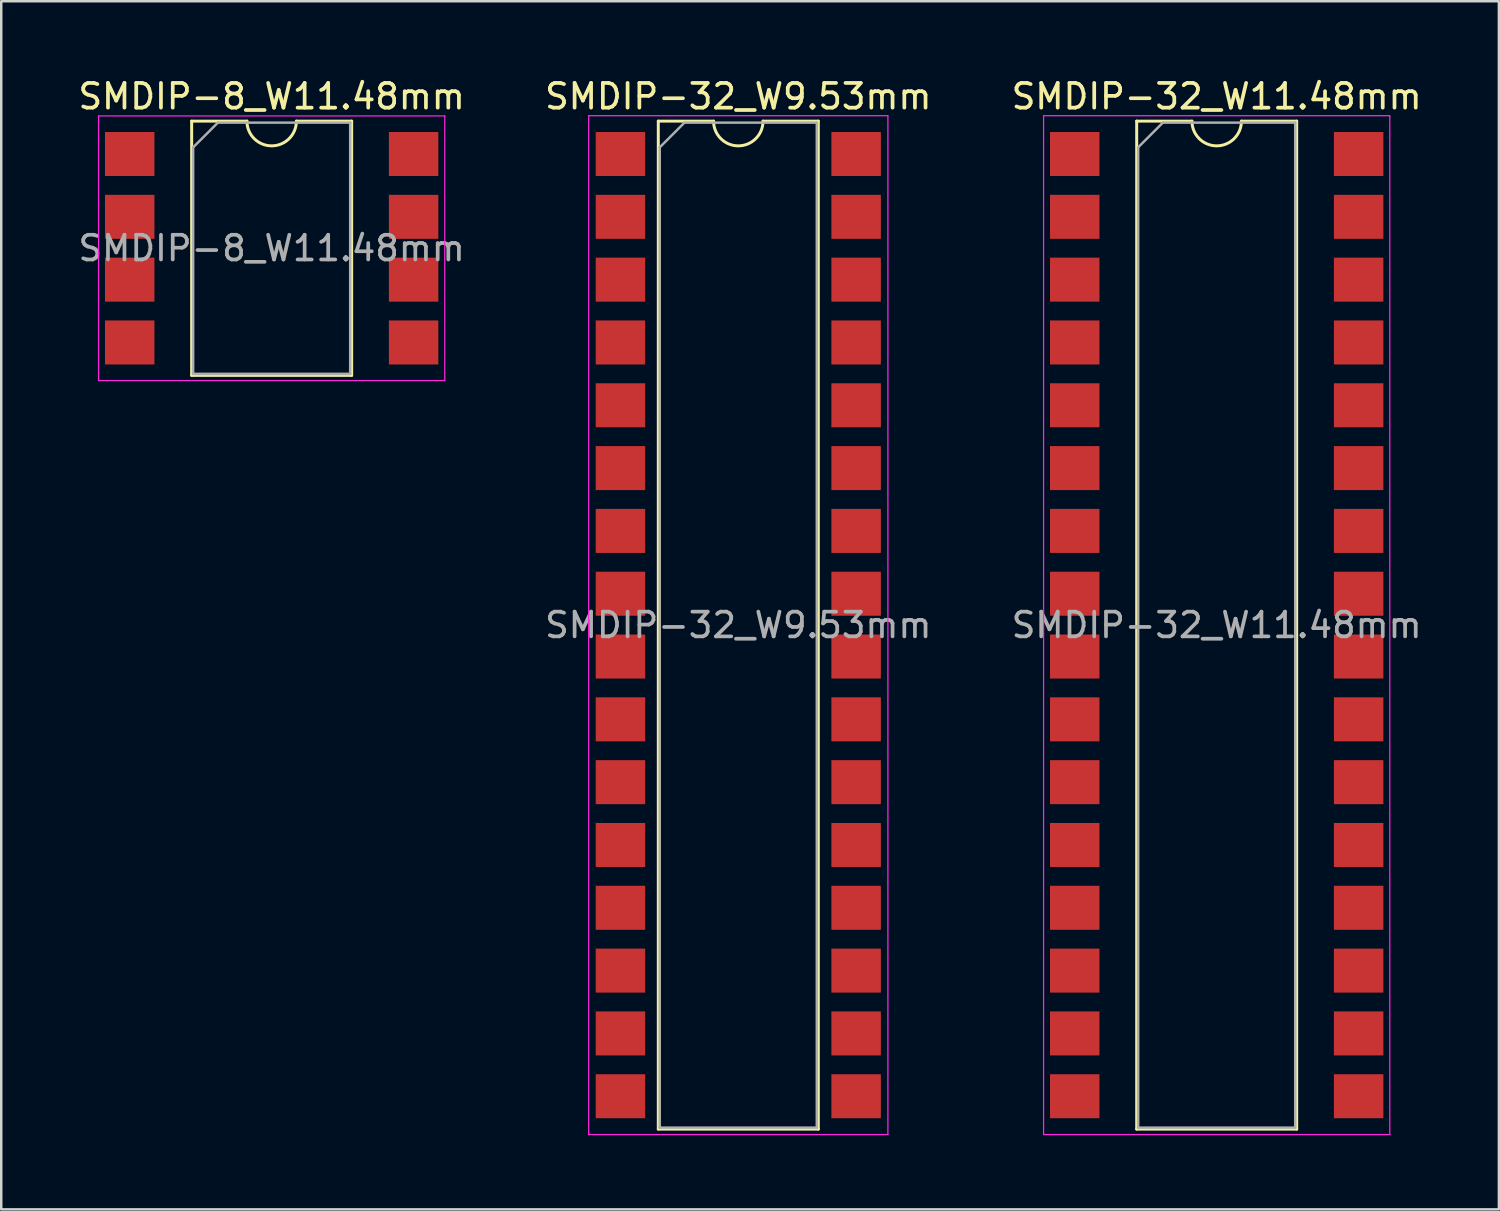
<source format=kicad_pcb>
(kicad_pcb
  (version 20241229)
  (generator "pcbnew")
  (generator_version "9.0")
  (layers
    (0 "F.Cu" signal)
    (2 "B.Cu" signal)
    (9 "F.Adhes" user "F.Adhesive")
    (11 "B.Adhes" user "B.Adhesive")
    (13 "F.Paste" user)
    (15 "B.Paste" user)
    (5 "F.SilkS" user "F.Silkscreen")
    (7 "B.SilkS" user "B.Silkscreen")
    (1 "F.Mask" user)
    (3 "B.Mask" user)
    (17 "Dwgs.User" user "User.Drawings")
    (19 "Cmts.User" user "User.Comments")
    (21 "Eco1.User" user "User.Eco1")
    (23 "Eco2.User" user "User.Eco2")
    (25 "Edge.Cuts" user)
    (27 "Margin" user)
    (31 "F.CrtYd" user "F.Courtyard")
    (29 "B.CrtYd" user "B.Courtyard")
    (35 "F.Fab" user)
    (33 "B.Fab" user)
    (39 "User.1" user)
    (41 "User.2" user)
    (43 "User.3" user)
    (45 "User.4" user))
  (footprint "SMDIP-32_W11.48mm"
    (layer "F.Cu")
    (at 46.149 22.228)
    (property "Reference" "SMDIP-32_W11.48mm" (at 0 -21.38 0) (layer "F.SilkS") (effects (font (size 1 1) (thickness 0.15))))
    (attr smd)
    (fp_line (start -3.235 -20.38) (end -3.235 20.38) (stroke (width 0.12) (type solid)) (layer "F.SilkS"))
    (fp_line (start -3.235 20.38) (end 3.235 20.38) (stroke (width 0.12) (type solid)) (layer "F.SilkS"))
    (fp_line (start -1 -20.38) (end -3.235 -20.38) (stroke (width 0.12) (type solid)) (layer "F.SilkS"))
    (fp_line (start 3.235 -20.38) (end 1 -20.38) (stroke (width 0.12) (type solid)) (layer "F.SilkS"))
    (fp_line (start 3.235 20.38) (end 3.235 -20.38) (stroke (width 0.12) (type solid)) (layer "F.SilkS"))
    (fp_arc (start 1 -20.38) (mid 0 -19.38) (end -1 -20.38) (stroke (width 0.12) (type solid)) (layer "F.SilkS"))
    (fp_line (start -7 -20.6) (end -7 20.6) (stroke (width 0.05) (type solid)) (layer "F.CrtYd"))
    (fp_line (start -7 20.6) (end 7 20.6) (stroke (width 0.05) (type solid)) (layer "F.CrtYd"))
    (fp_line (start 7 -20.6) (end -7 -20.6) (stroke (width 0.05) (type solid)) (layer "F.CrtYd"))
    (fp_line (start 7 20.6) (end 7 -20.6) (stroke (width 0.05) (type solid)) (layer "F.CrtYd"))
    (fp_line (start -3.175 -19.32) (end -2.175 -20.32) (stroke (width 0.1) (type solid)) (layer "F.Fab"))
    (fp_line (start -3.175 20.32) (end -3.175 -19.32) (stroke (width 0.1) (type solid)) (layer "F.Fab"))
    (fp_line (start -2.175 -20.32) (end 3.175 -20.32) (stroke (width 0.1) (type solid)) (layer "F.Fab"))
    (fp_line (start 3.175 -20.32) (end 3.175 20.32) (stroke (width 0.1) (type solid)) (layer "F.Fab"))
    (fp_line (start 3.175 20.32) (end -3.175 20.32) (stroke (width 0.1) (type solid)) (layer "F.Fab"))
    (fp_text user "${REFERENCE}" (at 0 0 0) (layer "F.Fab") (effects (font (size 1 1) (thickness 0.15))))
    (pad "1" smd rect (at -5.74 -19.05) (size 2 1.78) (layers "F.Cu" "F.Mask" "F.Paste"))
    (pad "2" smd rect (at -5.74 -16.51) (size 2 1.78) (layers "F.Cu" "F.Mask" "F.Paste"))
    (pad "3" smd rect (at -5.74 -13.97) (size 2 1.78) (layers "F.Cu" "F.Mask" "F.Paste"))
    (pad "4" smd rect (at -5.74 -11.43) (size 2 1.78) (layers "F.Cu" "F.Mask" "F.Paste"))
    (pad "5" smd rect (at -5.74 -8.89) (size 2 1.78) (layers "F.Cu" "F.Mask" "F.Paste"))
    (pad "6" smd rect (at -5.74 -6.35) (size 2 1.78) (layers "F.Cu" "F.Mask" "F.Paste"))
    (pad "7" smd rect (at -5.74 -3.81) (size 2 1.78) (layers "F.Cu" "F.Mask" "F.Paste"))
    (pad "8" smd rect (at -5.74 -1.27) (size 2 1.78) (layers "F.Cu" "F.Mask" "F.Paste"))
    (pad "9" smd rect (at -5.74 1.27) (size 2 1.78) (layers "F.Cu" "F.Mask" "F.Paste"))
    (pad "10" smd rect (at -5.74 3.81) (size 2 1.78) (layers "F.Cu" "F.Mask" "F.Paste"))
    (pad "11" smd rect (at -5.74 6.35) (size 2 1.78) (layers "F.Cu" "F.Mask" "F.Paste"))
    (pad "12" smd rect (at -5.74 8.89) (size 2 1.78) (layers "F.Cu" "F.Mask" "F.Paste"))
    (pad "13" smd rect (at -5.74 11.43) (size 2 1.78) (layers "F.Cu" "F.Mask" "F.Paste"))
    (pad "14" smd rect (at -5.74 13.97) (size 2 1.78) (layers "F.Cu" "F.Mask" "F.Paste"))
    (pad "15" smd rect (at -5.74 16.51) (size 2 1.78) (layers "F.Cu" "F.Mask" "F.Paste"))
    (pad "16" smd rect (at -5.74 19.05) (size 2 1.78) (layers "F.Cu" "F.Mask" "F.Paste"))
    (pad "17" smd rect (at 5.74 19.05) (size 2 1.78) (layers "F.Cu" "F.Mask" "F.Paste"))
    (pad "18" smd rect (at 5.74 16.51) (size 2 1.78) (layers "F.Cu" "F.Mask" "F.Paste"))
    (pad "19" smd rect (at 5.74 13.97) (size 2 1.78) (layers "F.Cu" "F.Mask" "F.Paste"))
    (pad "20" smd rect (at 5.74 11.43) (size 2 1.78) (layers "F.Cu" "F.Mask" "F.Paste"))
    (pad "21" smd rect (at 5.74 8.89) (size 2 1.78) (layers "F.Cu" "F.Mask" "F.Paste"))
    (pad "22" smd rect (at 5.74 6.35) (size 2 1.78) (layers "F.Cu" "F.Mask" "F.Paste"))
    (pad "23" smd rect (at 5.74 3.81) (size 2 1.78) (layers "F.Cu" "F.Mask" "F.Paste"))
    (pad "24" smd rect (at 5.74 1.27) (size 2 1.78) (layers "F.Cu" "F.Mask" "F.Paste"))
    (pad "25" smd rect (at 5.74 -1.27) (size 2 1.78) (layers "F.Cu" "F.Mask" "F.Paste"))
    (pad "26" smd rect (at 5.74 -3.81) (size 2 1.78) (layers "F.Cu" "F.Mask" "F.Paste"))
    (pad "27" smd rect (at 5.74 -6.35) (size 2 1.78) (layers "F.Cu" "F.Mask" "F.Paste"))
    (pad "28" smd rect (at 5.74 -8.89) (size 2 1.78) (layers "F.Cu" "F.Mask" "F.Paste"))
    (pad "29" smd rect (at 5.74 -11.43) (size 2 1.78) (layers "F.Cu" "F.Mask" "F.Paste"))
    (pad "30" smd rect (at 5.74 -13.97) (size 2 1.78) (layers "F.Cu" "F.Mask" "F.Paste"))
    (pad "31" smd rect (at 5.74 -16.51) (size 2 1.78) (layers "F.Cu" "F.Mask" "F.Paste"))
    (pad "32" smd rect (at 5.74 -19.05) (size 2 1.78) (layers "F.Cu" "F.Mask" "F.Paste")))
  (footprint "SMDIP-32_W9.53mm"
    (layer "F.Cu")
    (at 26.804 22.228)
    (property "Reference" "SMDIP-32_W9.53mm" (at 0 -21.38 0) (layer "F.SilkS") (effects (font (size 1 1) (thickness 0.15))))
    (attr smd)
    (fp_line (start -3.235 -20.38) (end -3.235 20.38) (stroke (width 0.12) (type solid)) (layer "F.SilkS"))
    (fp_line (start -3.235 20.38) (end 3.235 20.38) (stroke (width 0.12) (type solid)) (layer "F.SilkS"))
    (fp_line (start -1 -20.38) (end -3.235 -20.38) (stroke (width 0.12) (type solid)) (layer "F.SilkS"))
    (fp_line (start 3.235 -20.38) (end 1 -20.38) (stroke (width 0.12) (type solid)) (layer "F.SilkS"))
    (fp_line (start 3.235 20.38) (end 3.235 -20.38) (stroke (width 0.12) (type solid)) (layer "F.SilkS"))
    (fp_arc (start 1 -20.38) (mid 0 -19.38) (end -1 -20.38) (stroke (width 0.12) (type solid)) (layer "F.SilkS"))
    (fp_line (start -6.05 -20.6) (end -6.05 20.6) (stroke (width 0.05) (type solid)) (layer "F.CrtYd"))
    (fp_line (start -6.05 20.6) (end 6.05 20.6) (stroke (width 0.05) (type solid)) (layer "F.CrtYd"))
    (fp_line (start 6.05 -20.6) (end -6.05 -20.6) (stroke (width 0.05) (type solid)) (layer "F.CrtYd"))
    (fp_line (start 6.05 20.6) (end 6.05 -20.6) (stroke (width 0.05) (type solid)) (layer "F.CrtYd"))
    (fp_line (start -3.175 -19.32) (end -2.175 -20.32) (stroke (width 0.1) (type solid)) (layer "F.Fab"))
    (fp_line (start -3.175 20.32) (end -3.175 -19.32) (stroke (width 0.1) (type solid)) (layer "F.Fab"))
    (fp_line (start -2.175 -20.32) (end 3.175 -20.32) (stroke (width 0.1) (type solid)) (layer "F.Fab"))
    (fp_line (start 3.175 -20.32) (end 3.175 20.32) (stroke (width 0.1) (type solid)) (layer "F.Fab"))
    (fp_line (start 3.175 20.32) (end -3.175 20.32) (stroke (width 0.1) (type solid)) (layer "F.Fab"))
    (fp_text user "${REFERENCE}" (at 0 0 0) (layer "F.Fab") (effects (font (size 1 1) (thickness 0.15))))
    (pad "1" smd rect (at -4.765 -19.05) (size 2 1.78) (layers "F.Cu" "F.Mask" "F.Paste"))
    (pad "2" smd rect (at -4.765 -16.51) (size 2 1.78) (layers "F.Cu" "F.Mask" "F.Paste"))
    (pad "3" smd rect (at -4.765 -13.97) (size 2 1.78) (layers "F.Cu" "F.Mask" "F.Paste"))
    (pad "4" smd rect (at -4.765 -11.43) (size 2 1.78) (layers "F.Cu" "F.Mask" "F.Paste"))
    (pad "5" smd rect (at -4.765 -8.89) (size 2 1.78) (layers "F.Cu" "F.Mask" "F.Paste"))
    (pad "6" smd rect (at -4.765 -6.35) (size 2 1.78) (layers "F.Cu" "F.Mask" "F.Paste"))
    (pad "7" smd rect (at -4.765 -3.81) (size 2 1.78) (layers "F.Cu" "F.Mask" "F.Paste"))
    (pad "8" smd rect (at -4.765 -1.27) (size 2 1.78) (layers "F.Cu" "F.Mask" "F.Paste"))
    (pad "9" smd rect (at -4.765 1.27) (size 2 1.78) (layers "F.Cu" "F.Mask" "F.Paste"))
    (pad "10" smd rect (at -4.765 3.81) (size 2 1.78) (layers "F.Cu" "F.Mask" "F.Paste"))
    (pad "11" smd rect (at -4.765 6.35) (size 2 1.78) (layers "F.Cu" "F.Mask" "F.Paste"))
    (pad "12" smd rect (at -4.765 8.89) (size 2 1.78) (layers "F.Cu" "F.Mask" "F.Paste"))
    (pad "13" smd rect (at -4.765 11.43) (size 2 1.78) (layers "F.Cu" "F.Mask" "F.Paste"))
    (pad "14" smd rect (at -4.765 13.97) (size 2 1.78) (layers "F.Cu" "F.Mask" "F.Paste"))
    (pad "15" smd rect (at -4.765 16.51) (size 2 1.78) (layers "F.Cu" "F.Mask" "F.Paste"))
    (pad "16" smd rect (at -4.765 19.05) (size 2 1.78) (layers "F.Cu" "F.Mask" "F.Paste"))
    (pad "17" smd rect (at 4.765 19.05) (size 2 1.78) (layers "F.Cu" "F.Mask" "F.Paste"))
    (pad "18" smd rect (at 4.765 16.51) (size 2 1.78) (layers "F.Cu" "F.Mask" "F.Paste"))
    (pad "19" smd rect (at 4.765 13.97) (size 2 1.78) (layers "F.Cu" "F.Mask" "F.Paste"))
    (pad "20" smd rect (at 4.765 11.43) (size 2 1.78) (layers "F.Cu" "F.Mask" "F.Paste"))
    (pad "21" smd rect (at 4.765 8.89) (size 2 1.78) (layers "F.Cu" "F.Mask" "F.Paste"))
    (pad "22" smd rect (at 4.765 6.35) (size 2 1.78) (layers "F.Cu" "F.Mask" "F.Paste"))
    (pad "23" smd rect (at 4.765 3.81) (size 2 1.78) (layers "F.Cu" "F.Mask" "F.Paste"))
    (pad "24" smd rect (at 4.765 1.27) (size 2 1.78) (layers "F.Cu" "F.Mask" "F.Paste"))
    (pad "25" smd rect (at 4.765 -1.27) (size 2 1.78) (layers "F.Cu" "F.Mask" "F.Paste"))
    (pad "26" smd rect (at 4.765 -3.81) (size 2 1.78) (layers "F.Cu" "F.Mask" "F.Paste"))
    (pad "27" smd rect (at 4.765 -6.35) (size 2 1.78) (layers "F.Cu" "F.Mask" "F.Paste"))
    (pad "28" smd rect (at 4.765 -8.89) (size 2 1.78) (layers "F.Cu" "F.Mask" "F.Paste"))
    (pad "29" smd rect (at 4.765 -11.43) (size 2 1.78) (layers "F.Cu" "F.Mask" "F.Paste"))
    (pad "30" smd rect (at 4.765 -13.97) (size 2 1.78) (layers "F.Cu" "F.Mask" "F.Paste"))
    (pad "31" smd rect (at 4.765 -16.51) (size 2 1.78) (layers "F.Cu" "F.Mask" "F.Paste"))
    (pad "32" smd rect (at 4.765 -19.05) (size 2 1.78) (layers "F.Cu" "F.Mask" "F.Paste")))
  (footprint "SMDIP-8_W11.48mm"
    (layer "F.Cu")
    (at 7.935 6.988)
    (property "Reference" "SMDIP-8_W11.48mm" (at 0 -6.14 0) (layer "F.SilkS") (effects (font (size 1 1) (thickness 0.15))))
    (attr smd)
    (fp_line (start -3.235 -5.14) (end -3.235 5.14) (stroke (width 0.12) (type solid)) (layer "F.SilkS"))
    (fp_line (start -3.235 5.14) (end 3.235 5.14) (stroke (width 0.12) (type solid)) (layer "F.SilkS"))
    (fp_line (start -1 -5.14) (end -3.235 -5.14) (stroke (width 0.12) (type solid)) (layer "F.SilkS"))
    (fp_line (start 3.235 -5.14) (end 1 -5.14) (stroke (width 0.12) (type solid)) (layer "F.SilkS"))
    (fp_line (start 3.235 5.14) (end 3.235 -5.14) (stroke (width 0.12) (type solid)) (layer "F.SilkS"))
    (fp_arc (start 1 -5.14) (mid 0 -4.14) (end -1 -5.14) (stroke (width 0.12) (type solid)) (layer "F.SilkS"))
    (fp_line (start -7 -5.35) (end -7 5.35) (stroke (width 0.05) (type solid)) (layer "F.CrtYd"))
    (fp_line (start -7 5.35) (end 7 5.35) (stroke (width 0.05) (type solid)) (layer "F.CrtYd"))
    (fp_line (start 7 -5.35) (end -7 -5.35) (stroke (width 0.05) (type solid)) (layer "F.CrtYd"))
    (fp_line (start 7 5.35) (end 7 -5.35) (stroke (width 0.05) (type solid)) (layer "F.CrtYd"))
    (fp_line (start -3.175 -4.08) (end -2.175 -5.08) (stroke (width 0.1) (type solid)) (layer "F.Fab"))
    (fp_line (start -3.175 5.08) (end -3.175 -4.08) (stroke (width 0.1) (type solid)) (layer "F.Fab"))
    (fp_line (start -2.175 -5.08) (end 3.175 -5.08) (stroke (width 0.1) (type solid)) (layer "F.Fab"))
    (fp_line (start 3.175 -5.08) (end 3.175 5.08) (stroke (width 0.1) (type solid)) (layer "F.Fab"))
    (fp_line (start 3.175 5.08) (end -3.175 5.08) (stroke (width 0.1) (type solid)) (layer "F.Fab"))
    (fp_text user "${REFERENCE}" (at 0 0 0) (layer "F.Fab") (effects (font (size 1 1) (thickness 0.15))))
    (pad "1" smd rect (at -5.74 -3.81) (size 2 1.78) (layers "F.Cu" "F.Mask" "F.Paste"))
    (pad "2" smd rect (at -5.74 -1.27) (size 2 1.78) (layers "F.Cu" "F.Mask" "F.Paste"))
    (pad "3" smd rect (at -5.74 1.27) (size 2 1.78) (layers "F.Cu" "F.Mask" "F.Paste"))
    (pad "4" smd rect (at -5.74 3.81) (size 2 1.78) (layers "F.Cu" "F.Mask" "F.Paste"))
    (pad "5" smd rect (at 5.74 3.81) (size 2 1.78) (layers "F.Cu" "F.Mask" "F.Paste"))
    (pad "6" smd rect (at 5.74 1.27) (size 2 1.78) (layers "F.Cu" "F.Mask" "F.Paste"))
    (pad "7" smd rect (at 5.74 -1.27) (size 2 1.78) (layers "F.Cu" "F.Mask" "F.Paste"))
    (pad "8" smd rect (at 5.74 -3.81) (size 2 1.78) (layers "F.Cu" "F.Mask" "F.Paste")))
  (gr_rect
    (start -3 -3)
    (end 57.56 45.853)
    (stroke (width 0.1) (type default))
    (fill no)
    (layer "Edge.Cuts")))
</source>
